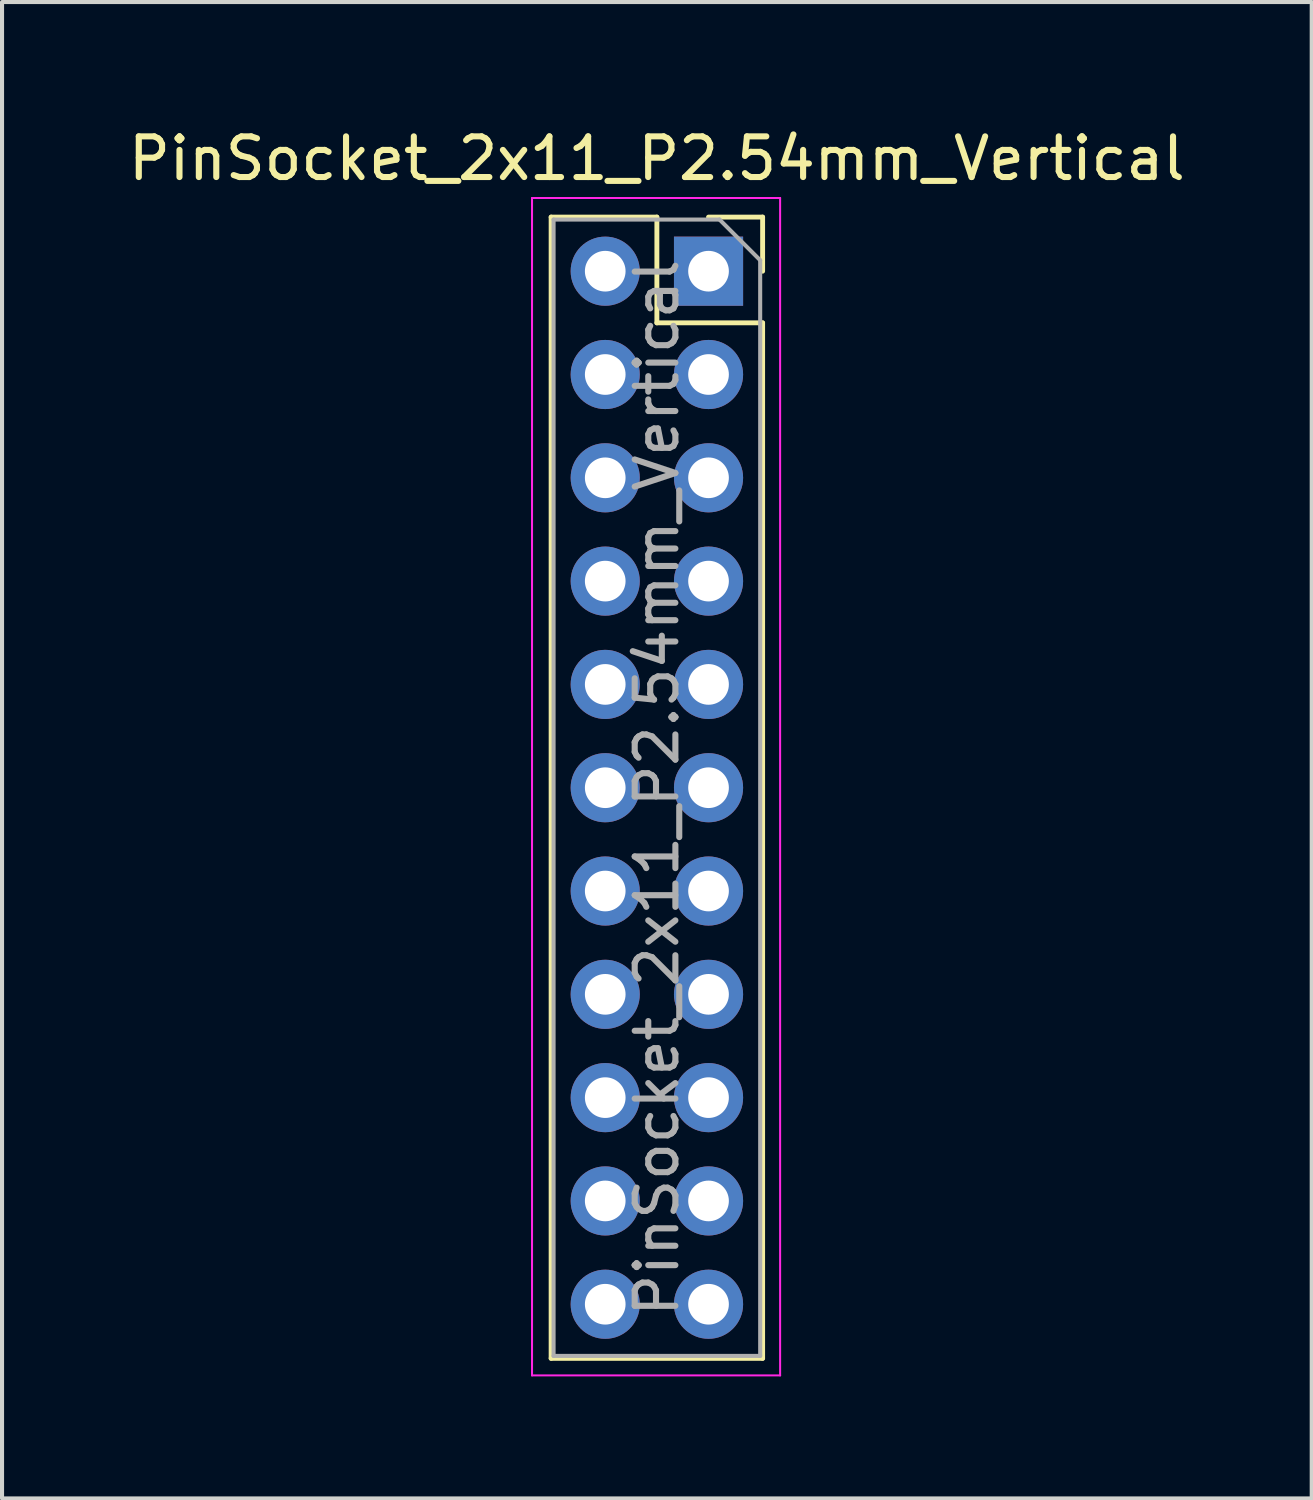
<source format=kicad_pcb>
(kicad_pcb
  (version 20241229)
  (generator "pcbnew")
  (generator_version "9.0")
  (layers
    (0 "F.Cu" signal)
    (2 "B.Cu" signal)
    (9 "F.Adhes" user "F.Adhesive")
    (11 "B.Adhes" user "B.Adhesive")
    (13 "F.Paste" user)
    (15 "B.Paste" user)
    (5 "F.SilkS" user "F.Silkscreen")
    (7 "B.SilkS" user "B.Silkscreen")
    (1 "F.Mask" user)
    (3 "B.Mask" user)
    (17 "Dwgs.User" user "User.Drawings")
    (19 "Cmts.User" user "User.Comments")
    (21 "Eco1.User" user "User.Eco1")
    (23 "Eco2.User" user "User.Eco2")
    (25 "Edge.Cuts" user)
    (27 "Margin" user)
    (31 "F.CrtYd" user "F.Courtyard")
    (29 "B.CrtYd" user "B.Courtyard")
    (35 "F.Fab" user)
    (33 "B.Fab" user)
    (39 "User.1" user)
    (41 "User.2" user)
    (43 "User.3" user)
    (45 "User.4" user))
  (footprint "PinSocket_2x11_P2.54mm_Vertical"
    (layer "F.Cu")
    (at 14.371 3.618)
    (property "Reference" "PinSocket_2x11_P2.54mm_Vertical" (at -1.27 -2.77 0) (layer "F.SilkS") (effects (font (size 1 1) (thickness 0.15))))
    (attr through_hole)
    (fp_line (start -3.87 -1.33) (end -3.87 26.73) (stroke (width 0.12) (type solid)) (layer "F.SilkS"))
    (fp_line (start -3.87 -1.33) (end -1.27 -1.33) (stroke (width 0.12) (type solid)) (layer "F.SilkS"))
    (fp_line (start -3.87 26.73) (end 1.33 26.73) (stroke (width 0.12) (type solid)) (layer "F.SilkS"))
    (fp_line (start -1.27 -1.33) (end -1.27 1.27) (stroke (width 0.12) (type solid)) (layer "F.SilkS"))
    (fp_line (start -1.27 1.27) (end 1.33 1.27) (stroke (width 0.12) (type solid)) (layer "F.SilkS"))
    (fp_line (start 0 -1.33) (end 1.33 -1.33) (stroke (width 0.12) (type solid)) (layer "F.SilkS"))
    (fp_line (start 1.33 -1.33) (end 1.33 0) (stroke (width 0.12) (type solid)) (layer "F.SilkS"))
    (fp_line (start 1.33 1.27) (end 1.33 26.73) (stroke (width 0.12) (type solid)) (layer "F.SilkS"))
    (fp_line (start -4.34 -1.8) (end 1.76 -1.8) (stroke (width 0.05) (type solid)) (layer "F.CrtYd"))
    (fp_line (start -4.34 27.15) (end -4.34 -1.8) (stroke (width 0.05) (type solid)) (layer "F.CrtYd"))
    (fp_line (start 1.76 -1.8) (end 1.76 27.15) (stroke (width 0.05) (type solid)) (layer "F.CrtYd"))
    (fp_line (start 1.76 27.15) (end -4.34 27.15) (stroke (width 0.05) (type solid)) (layer "F.CrtYd"))
    (fp_line (start -3.81 -1.27) (end 0.27 -1.27) (stroke (width 0.1) (type solid)) (layer "F.Fab"))
    (fp_line (start -3.81 26.67) (end -3.81 -1.27) (stroke (width 0.1) (type solid)) (layer "F.Fab"))
    (fp_line (start 0.27 -1.27) (end 1.27 -0.27) (stroke (width 0.1) (type solid)) (layer "F.Fab"))
    (fp_line (start 1.27 -0.27) (end 1.27 26.67) (stroke (width 0.1) (type solid)) (layer "F.Fab"))
    (fp_line (start 1.27 26.67) (end -3.81 26.67) (stroke (width 0.1) (type solid)) (layer "F.Fab"))
    (fp_text user "${REFERENCE}" (at -1.27 12.7 90) (layer "F.Fab") (effects (font (size 1 1) (thickness 0.15))))
    (pad "1" thru_hole rect (at 0 0) (size 1.7 1.7) (drill 1) (layers "*.Cu" "*.Mask"))
    (pad "2" thru_hole circle (at -2.54 0) (size 1.7 1.7) (drill 1) (layers "*.Cu" "*.Mask"))
    (pad "3" thru_hole circle (at 0 2.54) (size 1.7 1.7) (drill 1) (layers "*.Cu" "*.Mask"))
    (pad "4" thru_hole circle (at -2.54 2.54) (size 1.7 1.7) (drill 1) (layers "*.Cu" "*.Mask"))
    (pad "5" thru_hole circle (at 0 5.08) (size 1.7 1.7) (drill 1) (layers "*.Cu" "*.Mask"))
    (pad "6" thru_hole circle (at -2.54 5.08) (size 1.7 1.7) (drill 1) (layers "*.Cu" "*.Mask"))
    (pad "7" thru_hole circle (at 0 7.62) (size 1.7 1.7) (drill 1) (layers "*.Cu" "*.Mask"))
    (pad "8" thru_hole circle (at -2.54 7.62) (size 1.7 1.7) (drill 1) (layers "*.Cu" "*.Mask"))
    (pad "9" thru_hole circle (at 0 10.16) (size 1.7 1.7) (drill 1) (layers "*.Cu" "*.Mask"))
    (pad "10" thru_hole circle (at -2.54 10.16) (size 1.7 1.7) (drill 1) (layers "*.Cu" "*.Mask"))
    (pad "11" thru_hole circle (at 0 12.7) (size 1.7 1.7) (drill 1) (layers "*.Cu" "*.Mask"))
    (pad "12" thru_hole circle (at -2.54 12.7) (size 1.7 1.7) (drill 1) (layers "*.Cu" "*.Mask"))
    (pad "13" thru_hole circle (at 0 15.24) (size 1.7 1.7) (drill 1) (layers "*.Cu" "*.Mask"))
    (pad "14" thru_hole circle (at -2.54 15.24) (size 1.7 1.7) (drill 1) (layers "*.Cu" "*.Mask"))
    (pad "15" thru_hole circle (at 0 17.78) (size 1.7 1.7) (drill 1) (layers "*.Cu" "*.Mask"))
    (pad "16" thru_hole circle (at -2.54 17.78) (size 1.7 1.7) (drill 1) (layers "*.Cu" "*.Mask"))
    (pad "17" thru_hole circle (at 0 20.32) (size 1.7 1.7) (drill 1) (layers "*.Cu" "*.Mask"))
    (pad "18" thru_hole circle (at -2.54 20.32) (size 1.7 1.7) (drill 1) (layers "*.Cu" "*.Mask"))
    (pad "19" thru_hole circle (at 0 22.86) (size 1.7 1.7) (drill 1) (layers "*.Cu" "*.Mask"))
    (pad "20" thru_hole circle (at -2.54 22.86) (size 1.7 1.7) (drill 1) (layers "*.Cu" "*.Mask"))
    (pad "21" thru_hole circle (at 0 25.4) (size 1.7 1.7) (drill 1) (layers "*.Cu" "*.Mask"))
    (pad "22" thru_hole circle (at -2.54 25.4) (size 1.7 1.7) (drill 1) (layers "*.Cu" "*.Mask")))
  (gr_rect
    (start -3 -3)
    (end 29.202 33.793)
    (stroke (width 0.1) (type default))
    (fill no)
    (layer "Edge.Cuts")))
</source>
